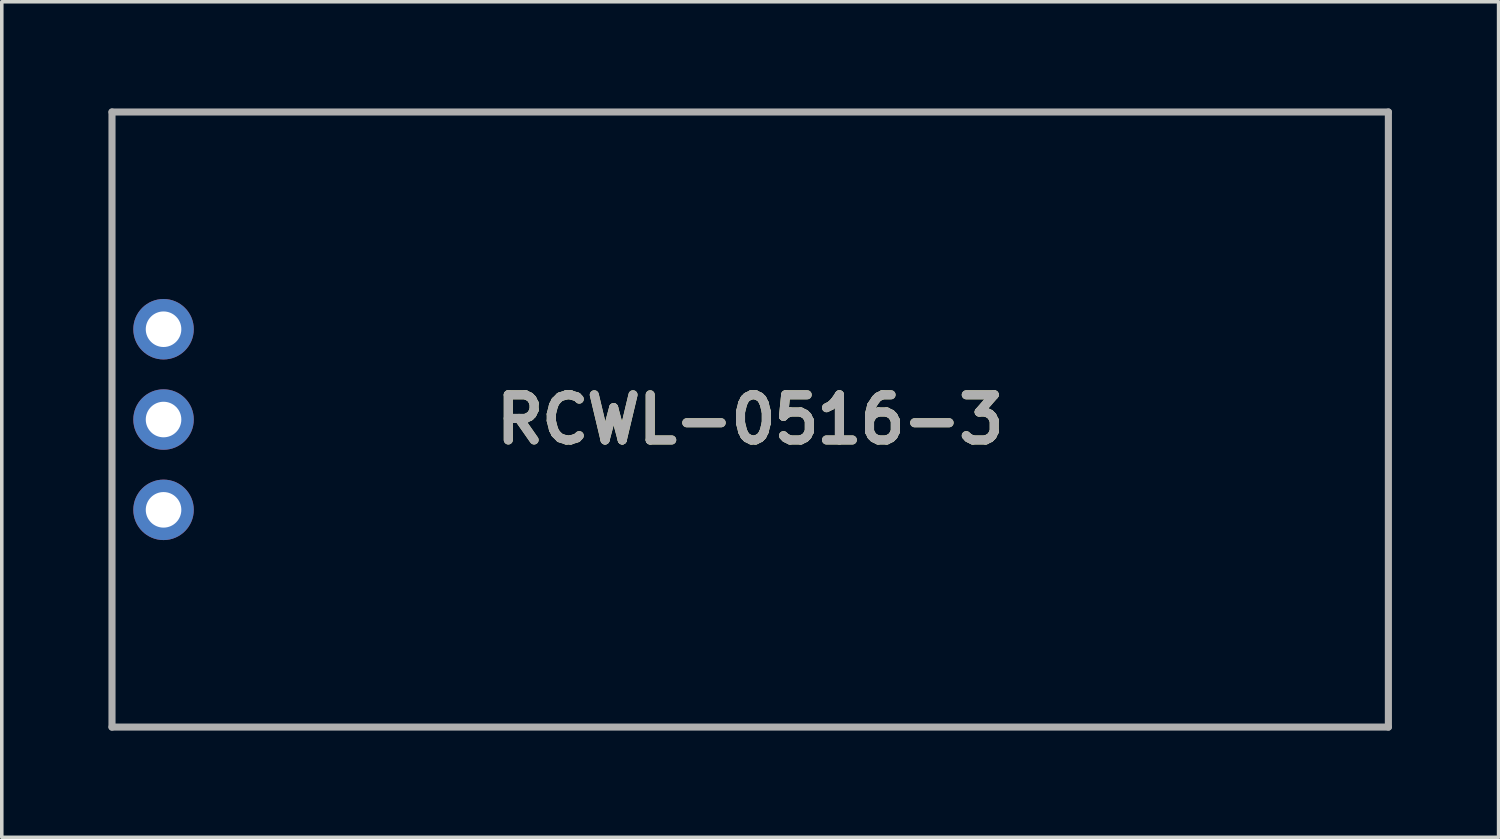
<source format=kicad_pcb>
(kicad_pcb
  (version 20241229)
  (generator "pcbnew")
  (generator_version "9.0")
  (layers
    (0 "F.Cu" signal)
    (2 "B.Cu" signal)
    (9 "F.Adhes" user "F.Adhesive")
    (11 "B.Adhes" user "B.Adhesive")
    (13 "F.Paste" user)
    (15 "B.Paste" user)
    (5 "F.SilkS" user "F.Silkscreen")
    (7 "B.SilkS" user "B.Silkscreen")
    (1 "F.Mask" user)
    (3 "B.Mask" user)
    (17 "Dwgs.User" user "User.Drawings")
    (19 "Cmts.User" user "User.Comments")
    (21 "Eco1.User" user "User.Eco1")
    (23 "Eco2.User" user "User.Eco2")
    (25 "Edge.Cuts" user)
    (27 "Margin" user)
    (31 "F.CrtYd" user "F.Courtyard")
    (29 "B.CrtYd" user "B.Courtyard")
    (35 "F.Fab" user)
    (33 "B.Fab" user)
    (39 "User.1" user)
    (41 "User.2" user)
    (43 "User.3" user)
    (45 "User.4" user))
  (footprint "RCWL-0516-3"
    (layer "F.Cu")
    (at 1.55 13.83)
    (property "Reference" "RCWL-0516-3" (at 16.5 -5.08 0) (layer "F.SilkS") (effects (font (size 1.27 1.27) (thickness 0.254))))
    (attr through_hole)
    (fp_line (start -1.45 -13.73) (end 34.45 -13.73) (stroke (width 0.1) (type solid)) (layer "F.SilkS"))
    (fp_line (start -1.45 3.57) (end -1.45 -13.73) (stroke (width 0.1) (type solid)) (layer "F.SilkS"))
    (fp_line (start 34.45 -13.73) (end 34.45 3.57) (stroke (width 0.1) (type solid)) (layer "F.SilkS"))
    (fp_line (start 34.45 3.57) (end -1.45 3.57) (stroke (width 0.1) (type solid)) (layer "F.SilkS"))
    (fp_line (start -1.45 -13.73) (end 34.45 -13.73) (stroke (width 0.2) (type solid)) (layer "F.Fab"))
    (fp_line (start -1.45 3.57) (end -1.45 -13.73) (stroke (width 0.2) (type solid)) (layer "F.Fab"))
    (fp_line (start 34.45 -13.73) (end 34.45 3.57) (stroke (width 0.2) (type solid)) (layer "F.Fab"))
    (fp_line (start 34.45 3.57) (end -1.45 3.57) (stroke (width 0.2) (type solid)) (layer "F.Fab"))
    (fp_text user "${REFERENCE}" (at 16.5 -5.08 0) (layer "F.Fab") (effects (font (size 1.27 1.27) (thickness 0.254))))
    (pad "2" thru_hole circle (at 0 -2.54) (size 1.7 1.7) (drill 1) (layers "*.Cu" "*.Mask"))
    (pad "3" thru_hole circle (at 0 -5.08) (size 1.7 1.7) (drill 1) (layers "*.Cu" "*.Mask"))
    (pad "4" thru_hole circle (at 0 -7.62) (size 1.7 1.7) (drill 1) (layers "*.Cu" "*.Mask")))
  (gr_rect
    (start -3 -3)
    (end 39.1 20.5)
    (stroke (width 0.1) (type default))
    (fill no)
    (layer "Edge.Cuts")))
</source>
